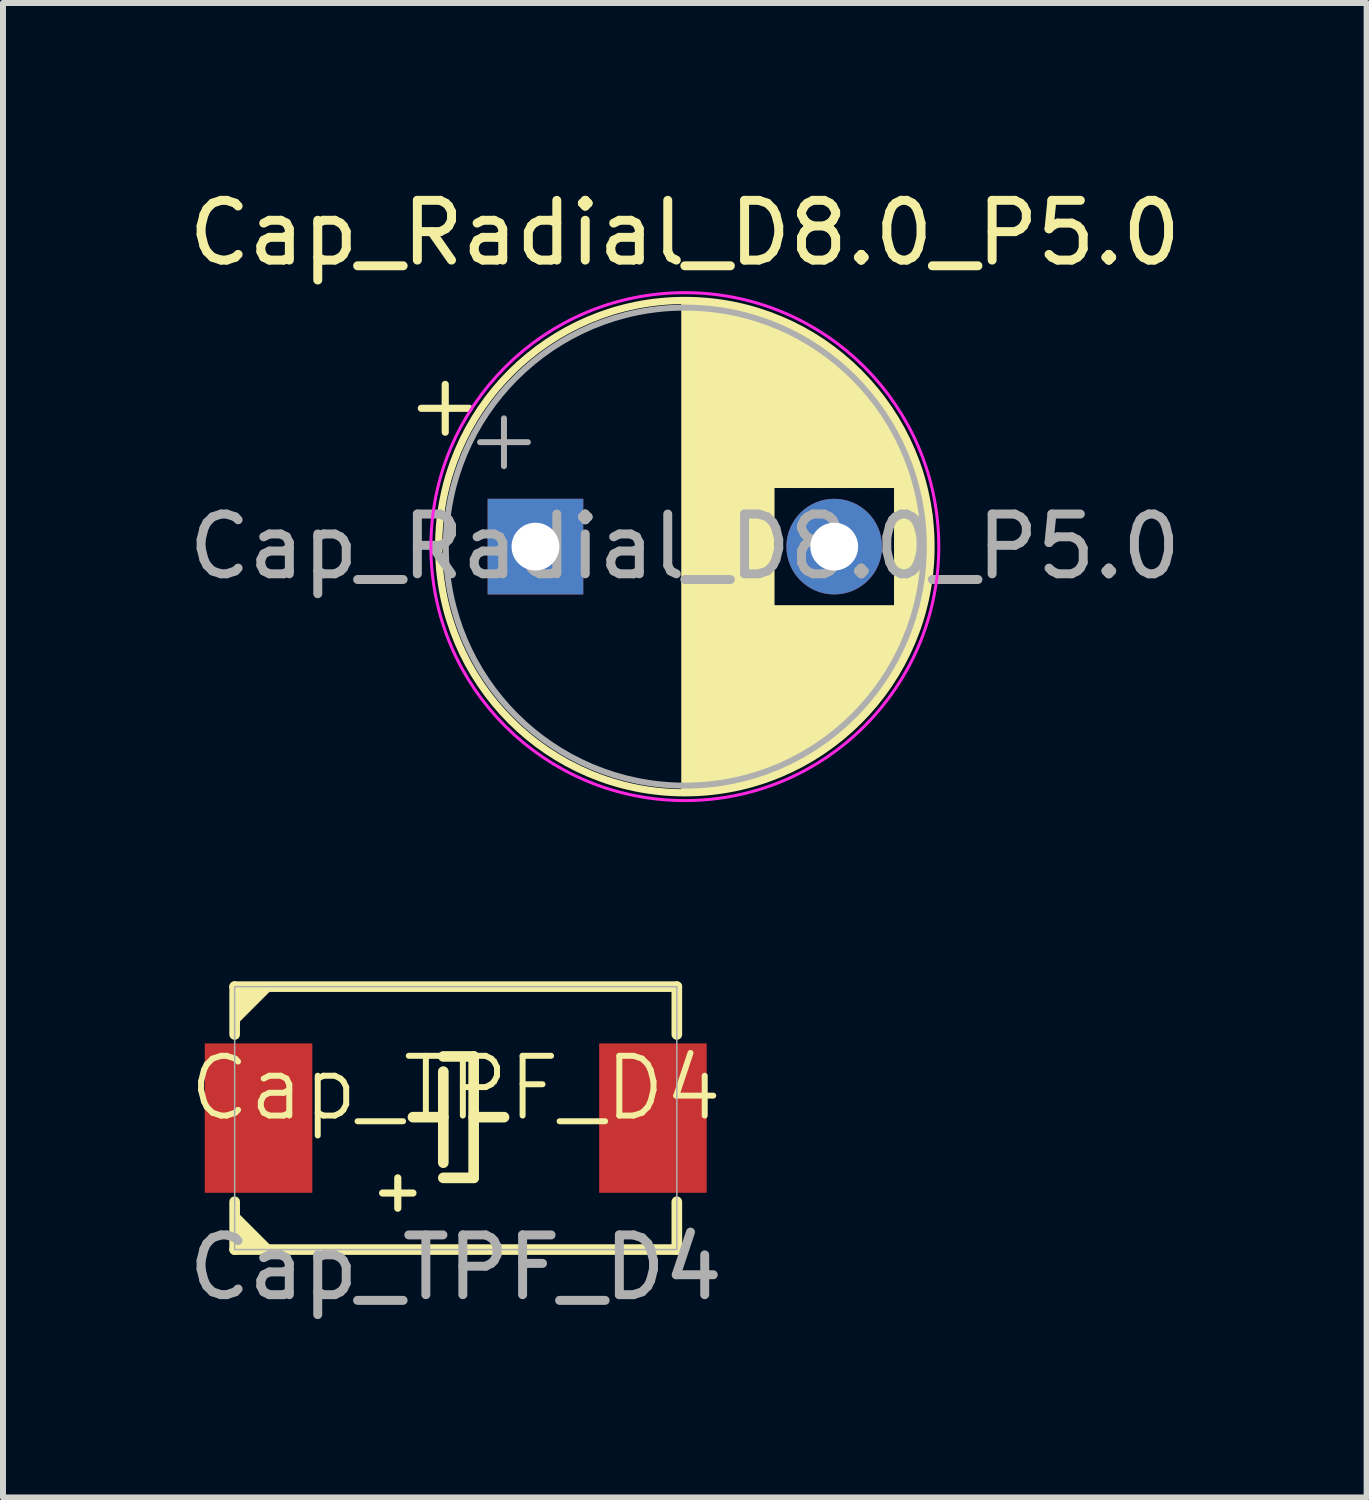
<source format=kicad_pcb>
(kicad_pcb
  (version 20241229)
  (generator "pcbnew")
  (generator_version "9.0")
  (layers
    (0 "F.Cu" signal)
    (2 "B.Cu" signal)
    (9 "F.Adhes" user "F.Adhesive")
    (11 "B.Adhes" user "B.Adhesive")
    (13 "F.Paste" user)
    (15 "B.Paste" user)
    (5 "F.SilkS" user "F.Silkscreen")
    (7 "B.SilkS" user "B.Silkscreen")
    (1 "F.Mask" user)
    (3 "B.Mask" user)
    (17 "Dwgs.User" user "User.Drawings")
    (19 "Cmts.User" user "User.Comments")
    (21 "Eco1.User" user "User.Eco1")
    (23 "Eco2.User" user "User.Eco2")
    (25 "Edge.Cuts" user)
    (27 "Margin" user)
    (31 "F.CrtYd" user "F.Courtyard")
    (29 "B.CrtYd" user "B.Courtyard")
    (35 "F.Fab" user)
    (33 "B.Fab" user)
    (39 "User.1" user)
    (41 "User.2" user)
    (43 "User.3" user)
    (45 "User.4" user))
  (footprint "Cap_TPF_D4"
    (layer "F.Cu")
    (at 4.577 15.662)
    (property "Reference" "Cap_TPF_D4" (at 0 -0.5 0) (unlocked yes) (layer "F.SilkS") (effects (font (size 1 1) (thickness 0.1))))
    (attr smd)
    (fp_line (start -3.7 -2.2) (end 3.7 -2.2) (stroke (width 0.178) (type default)) (layer "F.SilkS"))
    (fp_line (start -3.7 -1.4) (end -3.7 -2.2) (stroke (width 0.178) (type default)) (layer "F.SilkS"))
    (fp_line (start -3.7 1.4) (end -3.7 2.2) (stroke (width 0.178) (type default)) (layer "F.SilkS"))
    (fp_line (start -3.7 2.2) (end 3.7 2.2) (stroke (width 0.178) (type default)) (layer "F.SilkS"))
    (fp_line (start -1.224 1.254) (end -0.716 1.254) (stroke (width 0.12) (type solid)) (layer "F.SilkS"))
    (fp_line (start -0.97 1) (end -0.97 1.508) (stroke (width 0.12) (type solid)) (layer "F.SilkS"))
    (fp_line (start -0.716 -0.016) (end -0.208 -0.016) (stroke (width 0.178) (type solid)) (layer "F.SilkS"))
    (fp_line (start -0.208 -1.032) (end 0.3 -1.032) (stroke (width 0.178) (type solid)) (layer "F.SilkS"))
    (fp_line (start -0.208 -0.778) (end -0.208 0.746) (stroke (width 0.178) (type solid)) (layer "F.SilkS"))
    (fp_line (start 0.3 -1.032) (end 0.3 1) (stroke (width 0.178) (type solid)) (layer "F.SilkS"))
    (fp_line (start 0.3 1) (end -0.208 1) (stroke (width 0.178) (type solid)) (layer "F.SilkS"))
    (fp_line (start 0.808 -0.016) (end 0.3 -0.016) (stroke (width 0.178) (type solid)) (layer "F.SilkS"))
    (fp_line (start 3.7 -2.2) (end 3.7 -1.4) (stroke (width 0.178) (type default)) (layer "F.SilkS"))
    (fp_line (start 3.7 2.2) (end 3.7 1.4) (stroke (width 0.178) (type default)) (layer "F.SilkS"))
    (fp_poly (pts (xy -3.7 -2.2) (xy -3.7 -1.6) (xy -3.1 -2.2)) (stroke (width 0.1) (type solid)) (fill yes) (layer "F.SilkS"))
    (fp_poly (pts (xy -3.7 1.6) (xy -3.7 2.2) (xy -3.1 2.2)) (stroke (width 0.1) (type solid)) (fill yes) (layer "F.SilkS"))
    (fp_rect (start -3.7 -2.2) (end 3.7 2.2) (stroke (width 0.025) (type default)) (fill no) (layer "F.Fab"))
    (fp_text user "${REFERENCE}" (at 0 2.5 0) (unlocked yes) (layer "F.Fab") (effects (font (size 1 1) (thickness 0.15))))
    (pad "N" smd rect (at 3.3 0) (size 1.8 2.5) (layers "F.Cu" "F.Mask" "F.Paste"))
    (pad "P" smd rect (at -3.3 0) (size 1.8 2.5) (layers "F.Cu" "F.Mask" "F.Paste")))
  (footprint "Cap_Radial_D8.0_P5.0"
    (layer "F.Cu")
    (at 5.911 6.098)
    (property "Reference" "Cap_Radial_D8.0_P5.0" (at 2.5 -5.25 0) (layer "F.SilkS") (effects (font (size 1 1) (thickness 0.15))))
    (attr through_hole)
    (fp_line (start -1.91 -2.315) (end -1.11 -2.315) (stroke (width 0.12) (type solid)) (layer "F.SilkS"))
    (fp_line (start -1.51 -2.715) (end -1.51 -1.915) (stroke (width 0.12) (type solid)) (layer "F.SilkS"))
    (fp_line (start 2.5 -4.08) (end 2.5 4.08) (stroke (width 0.12) (type solid)) (layer "F.SilkS"))
    (fp_line (start 2.54 -4.08) (end 2.54 4.08) (stroke (width 0.12) (type solid)) (layer "F.SilkS"))
    (fp_line (start 2.58 -4.08) (end 2.58 4.08) (stroke (width 0.12) (type solid)) (layer "F.SilkS"))
    (fp_line (start 2.62 -4.079) (end 2.62 4.079) (stroke (width 0.12) (type solid)) (layer "F.SilkS"))
    (fp_line (start 2.66 -4.077) (end 2.66 4.077) (stroke (width 0.12) (type solid)) (layer "F.SilkS"))
    (fp_line (start 2.7 -4.076) (end 2.7 4.076) (stroke (width 0.12) (type solid)) (layer "F.SilkS"))
    (fp_line (start 2.74 -4.074) (end 2.74 4.074) (stroke (width 0.12) (type solid)) (layer "F.SilkS"))
    (fp_line (start 2.78 -4.071) (end 2.78 4.071) (stroke (width 0.12) (type solid)) (layer "F.SilkS"))
    (fp_line (start 2.82 -4.068) (end 2.82 4.068) (stroke (width 0.12) (type solid)) (layer "F.SilkS"))
    (fp_line (start 2.86 -4.065) (end 2.86 4.065) (stroke (width 0.12) (type solid)) (layer "F.SilkS"))
    (fp_line (start 2.9 -4.061) (end 2.9 4.061) (stroke (width 0.12) (type solid)) (layer "F.SilkS"))
    (fp_line (start 2.94 -4.057) (end 2.94 4.057) (stroke (width 0.12) (type solid)) (layer "F.SilkS"))
    (fp_line (start 2.98 -4.052) (end 2.98 4.052) (stroke (width 0.12) (type solid)) (layer "F.SilkS"))
    (fp_line (start 3.02 -4.048) (end 3.02 4.048) (stroke (width 0.12) (type solid)) (layer "F.SilkS"))
    (fp_line (start 3.06 -4.042) (end 3.06 4.042) (stroke (width 0.12) (type solid)) (layer "F.SilkS"))
    (fp_line (start 3.1 -4.037) (end 3.1 4.037) (stroke (width 0.12) (type solid)) (layer "F.SilkS"))
    (fp_line (start 3.14 -4.03) (end 3.14 4.03) (stroke (width 0.12) (type solid)) (layer "F.SilkS"))
    (fp_line (start 3.18 -4.024) (end 3.18 4.024) (stroke (width 0.12) (type solid)) (layer "F.SilkS"))
    (fp_line (start 3.221 -4.017) (end 3.221 4.017) (stroke (width 0.12) (type solid)) (layer "F.SilkS"))
    (fp_line (start 3.261 -4.01) (end 3.261 4.01) (stroke (width 0.12) (type solid)) (layer "F.SilkS"))
    (fp_line (start 3.301 -4.002) (end 3.301 4.002) (stroke (width 0.12) (type solid)) (layer "F.SilkS"))
    (fp_line (start 3.341 -3.994) (end 3.341 3.994) (stroke (width 0.12) (type solid)) (layer "F.SilkS"))
    (fp_line (start 3.381 -3.985) (end 3.381 3.985) (stroke (width 0.12) (type solid)) (layer "F.SilkS"))
    (fp_line (start 3.421 -3.976) (end 3.421 3.976) (stroke (width 0.12) (type solid)) (layer "F.SilkS"))
    (fp_line (start 3.461 -3.967) (end 3.461 3.967) (stroke (width 0.12) (type solid)) (layer "F.SilkS"))
    (fp_line (start 3.501 -3.957) (end 3.501 3.957) (stroke (width 0.12) (type solid)) (layer "F.SilkS"))
    (fp_line (start 3.541 -3.947) (end 3.541 3.947) (stroke (width 0.12) (type solid)) (layer "F.SilkS"))
    (fp_line (start 3.581 -3.936) (end 3.581 3.936) (stroke (width 0.12) (type solid)) (layer "F.SilkS"))
    (fp_line (start 3.621 -3.925) (end 3.621 3.925) (stroke (width 0.12) (type solid)) (layer "F.SilkS"))
    (fp_line (start 3.661 -3.914) (end 3.661 3.914) (stroke (width 0.12) (type solid)) (layer "F.SilkS"))
    (fp_line (start 3.701 -3.902) (end 3.701 3.902) (stroke (width 0.12) (type solid)) (layer "F.SilkS"))
    (fp_line (start 3.741 -3.889) (end 3.741 3.889) (stroke (width 0.12) (type solid)) (layer "F.SilkS"))
    (fp_line (start 3.781 -3.877) (end 3.781 3.877) (stroke (width 0.12) (type solid)) (layer "F.SilkS"))
    (fp_line (start 3.821 -3.863) (end 3.821 3.863) (stroke (width 0.12) (type solid)) (layer "F.SilkS"))
    (fp_line (start 3.861 -3.85) (end 3.861 3.85) (stroke (width 0.12) (type solid)) (layer "F.SilkS"))
    (fp_line (start 3.901 -3.835) (end 3.901 3.835) (stroke (width 0.12) (type solid)) (layer "F.SilkS"))
    (fp_line (start 3.941 -3.821) (end 3.941 3.821) (stroke (width 0.12) (type solid)) (layer "F.SilkS"))
    (fp_line (start 3.981 -3.805) (end 3.981 -1.04) (stroke (width 0.12) (type solid)) (layer "F.SilkS"))
    (fp_line (start 3.981 1.04) (end 3.981 3.805) (stroke (width 0.12) (type solid)) (layer "F.SilkS"))
    (fp_line (start 4.021 -3.79) (end 4.021 -1.04) (stroke (width 0.12) (type solid)) (layer "F.SilkS"))
    (fp_line (start 4.021 1.04) (end 4.021 3.79) (stroke (width 0.12) (type solid)) (layer "F.SilkS"))
    (fp_line (start 4.061 -3.774) (end 4.061 -1.04) (stroke (width 0.12) (type solid)) (layer "F.SilkS"))
    (fp_line (start 4.061 1.04) (end 4.061 3.774) (stroke (width 0.12) (type solid)) (layer "F.SilkS"))
    (fp_line (start 4.101 -3.757) (end 4.101 -1.04) (stroke (width 0.12) (type solid)) (layer "F.SilkS"))
    (fp_line (start 4.101 1.04) (end 4.101 3.757) (stroke (width 0.12) (type solid)) (layer "F.SilkS"))
    (fp_line (start 4.141 -3.74) (end 4.141 -1.04) (stroke (width 0.12) (type solid)) (layer "F.SilkS"))
    (fp_line (start 4.141 1.04) (end 4.141 3.74) (stroke (width 0.12) (type solid)) (layer "F.SilkS"))
    (fp_line (start 4.181 -3.722) (end 4.181 -1.04) (stroke (width 0.12) (type solid)) (layer "F.SilkS"))
    (fp_line (start 4.181 1.04) (end 4.181 3.722) (stroke (width 0.12) (type solid)) (layer "F.SilkS"))
    (fp_line (start 4.221 -3.704) (end 4.221 -1.04) (stroke (width 0.12) (type solid)) (layer "F.SilkS"))
    (fp_line (start 4.221 1.04) (end 4.221 3.704) (stroke (width 0.12) (type solid)) (layer "F.SilkS"))
    (fp_line (start 4.261 -3.686) (end 4.261 -1.04) (stroke (width 0.12) (type solid)) (layer "F.SilkS"))
    (fp_line (start 4.261 1.04) (end 4.261 3.686) (stroke (width 0.12) (type solid)) (layer "F.SilkS"))
    (fp_line (start 4.301 -3.666) (end 4.301 -1.04) (stroke (width 0.12) (type solid)) (layer "F.SilkS"))
    (fp_line (start 4.301 1.04) (end 4.301 3.666) (stroke (width 0.12) (type solid)) (layer "F.SilkS"))
    (fp_line (start 4.341 -3.647) (end 4.341 -1.04) (stroke (width 0.12) (type solid)) (layer "F.SilkS"))
    (fp_line (start 4.341 1.04) (end 4.341 3.647) (stroke (width 0.12) (type solid)) (layer "F.SilkS"))
    (fp_line (start 4.381 -3.627) (end 4.381 -1.04) (stroke (width 0.12) (type solid)) (layer "F.SilkS"))
    (fp_line (start 4.381 1.04) (end 4.381 3.627) (stroke (width 0.12) (type solid)) (layer "F.SilkS"))
    (fp_line (start 4.421 -3.606) (end 4.421 -1.04) (stroke (width 0.12) (type solid)) (layer "F.SilkS"))
    (fp_line (start 4.421 1.04) (end 4.421 3.606) (stroke (width 0.12) (type solid)) (layer "F.SilkS"))
    (fp_line (start 4.461 -3.584) (end 4.461 -1.04) (stroke (width 0.12) (type solid)) (layer "F.SilkS"))
    (fp_line (start 4.461 1.04) (end 4.461 3.584) (stroke (width 0.12) (type solid)) (layer "F.SilkS"))
    (fp_line (start 4.501 -3.562) (end 4.501 -1.04) (stroke (width 0.12) (type solid)) (layer "F.SilkS"))
    (fp_line (start 4.501 1.04) (end 4.501 3.562) (stroke (width 0.12) (type solid)) (layer "F.SilkS"))
    (fp_line (start 4.541 -3.54) (end 4.541 -1.04) (stroke (width 0.12) (type solid)) (layer "F.SilkS"))
    (fp_line (start 4.541 1.04) (end 4.541 3.54) (stroke (width 0.12) (type solid)) (layer "F.SilkS"))
    (fp_line (start 4.581 -3.517) (end 4.581 -1.04) (stroke (width 0.12) (type solid)) (layer "F.SilkS"))
    (fp_line (start 4.581 1.04) (end 4.581 3.517) (stroke (width 0.12) (type solid)) (layer "F.SilkS"))
    (fp_line (start 4.621 -3.493) (end 4.621 -1.04) (stroke (width 0.12) (type solid)) (layer "F.SilkS"))
    (fp_line (start 4.621 1.04) (end 4.621 3.493) (stroke (width 0.12) (type solid)) (layer "F.SilkS"))
    (fp_line (start 4.661 -3.469) (end 4.661 -1.04) (stroke (width 0.12) (type solid)) (layer "F.SilkS"))
    (fp_line (start 4.661 1.04) (end 4.661 3.469) (stroke (width 0.12) (type solid)) (layer "F.SilkS"))
    (fp_line (start 4.701 -3.444) (end 4.701 -1.04) (stroke (width 0.12) (type solid)) (layer "F.SilkS"))
    (fp_line (start 4.701 1.04) (end 4.701 3.444) (stroke (width 0.12) (type solid)) (layer "F.SilkS"))
    (fp_line (start 4.741 -3.418) (end 4.741 -1.04) (stroke (width 0.12) (type solid)) (layer "F.SilkS"))
    (fp_line (start 4.741 1.04) (end 4.741 3.418) (stroke (width 0.12) (type solid)) (layer "F.SilkS"))
    (fp_line (start 4.781 -3.392) (end 4.781 -1.04) (stroke (width 0.12) (type solid)) (layer "F.SilkS"))
    (fp_line (start 4.781 1.04) (end 4.781 3.392) (stroke (width 0.12) (type solid)) (layer "F.SilkS"))
    (fp_line (start 4.821 -3.365) (end 4.821 -1.04) (stroke (width 0.12) (type solid)) (layer "F.SilkS"))
    (fp_line (start 4.821 1.04) (end 4.821 3.365) (stroke (width 0.12) (type solid)) (layer "F.SilkS"))
    (fp_line (start 4.861 -3.338) (end 4.861 -1.04) (stroke (width 0.12) (type solid)) (layer "F.SilkS"))
    (fp_line (start 4.861 1.04) (end 4.861 3.338) (stroke (width 0.12) (type solid)) (layer "F.SilkS"))
    (fp_line (start 4.901 -3.309) (end 4.901 -1.04) (stroke (width 0.12) (type solid)) (layer "F.SilkS"))
    (fp_line (start 4.901 1.04) (end 4.901 3.309) (stroke (width 0.12) (type solid)) (layer "F.SilkS"))
    (fp_line (start 4.941 -3.28) (end 4.941 -1.04) (stroke (width 0.12) (type solid)) (layer "F.SilkS"))
    (fp_line (start 4.941 1.04) (end 4.941 3.28) (stroke (width 0.12) (type solid)) (layer "F.SilkS"))
    (fp_line (start 4.981 -3.25) (end 4.981 -1.04) (stroke (width 0.12) (type solid)) (layer "F.SilkS"))
    (fp_line (start 4.981 1.04) (end 4.981 3.25) (stroke (width 0.12) (type solid)) (layer "F.SilkS"))
    (fp_line (start 5.021 -3.22) (end 5.021 -1.04) (stroke (width 0.12) (type solid)) (layer "F.SilkS"))
    (fp_line (start 5.021 1.04) (end 5.021 3.22) (stroke (width 0.12) (type solid)) (layer "F.SilkS"))
    (fp_line (start 5.061 -3.189) (end 5.061 -1.04) (stroke (width 0.12) (type solid)) (layer "F.SilkS"))
    (fp_line (start 5.061 1.04) (end 5.061 3.189) (stroke (width 0.12) (type solid)) (layer "F.SilkS"))
    (fp_line (start 5.101 -3.156) (end 5.101 -1.04) (stroke (width 0.12) (type solid)) (layer "F.SilkS"))
    (fp_line (start 5.101 1.04) (end 5.101 3.156) (stroke (width 0.12) (type solid)) (layer "F.SilkS"))
    (fp_line (start 5.141 -3.124) (end 5.141 -1.04) (stroke (width 0.12) (type solid)) (layer "F.SilkS"))
    (fp_line (start 5.141 1.04) (end 5.141 3.124) (stroke (width 0.12) (type solid)) (layer "F.SilkS"))
    (fp_line (start 5.181 -3.09) (end 5.181 -1.04) (stroke (width 0.12) (type solid)) (layer "F.SilkS"))
    (fp_line (start 5.181 1.04) (end 5.181 3.09) (stroke (width 0.12) (type solid)) (layer "F.SilkS"))
    (fp_line (start 5.221 -3.055) (end 5.221 -1.04) (stroke (width 0.12) (type solid)) (layer "F.SilkS"))
    (fp_line (start 5.221 1.04) (end 5.221 3.055) (stroke (width 0.12) (type solid)) (layer "F.SilkS"))
    (fp_line (start 5.261 -3.019) (end 5.261 -1.04) (stroke (width 0.12) (type solid)) (layer "F.SilkS"))
    (fp_line (start 5.261 1.04) (end 5.261 3.019) (stroke (width 0.12) (type solid)) (layer "F.SilkS"))
    (fp_line (start 5.301 -2.983) (end 5.301 -1.04) (stroke (width 0.12) (type solid)) (layer "F.SilkS"))
    (fp_line (start 5.301 1.04) (end 5.301 2.983) (stroke (width 0.12) (type solid)) (layer "F.SilkS"))
    (fp_line (start 5.341 -2.945) (end 5.341 -1.04) (stroke (width 0.12) (type solid)) (layer "F.SilkS"))
    (fp_line (start 5.341 1.04) (end 5.341 2.945) (stroke (width 0.12) (type solid)) (layer "F.SilkS"))
    (fp_line (start 5.381 -2.907) (end 5.381 -1.04) (stroke (width 0.12) (type solid)) (layer "F.SilkS"))
    (fp_line (start 5.381 1.04) (end 5.381 2.907) (stroke (width 0.12) (type solid)) (layer "F.SilkS"))
    (fp_line (start 5.421 -2.867) (end 5.421 -1.04) (stroke (width 0.12) (type solid)) (layer "F.SilkS"))
    (fp_line (start 5.421 1.04) (end 5.421 2.867) (stroke (width 0.12) (type solid)) (layer "F.SilkS"))
    (fp_line (start 5.461 -2.826) (end 5.461 -1.04) (stroke (width 0.12) (type solid)) (layer "F.SilkS"))
    (fp_line (start 5.461 1.04) (end 5.461 2.826) (stroke (width 0.12) (type solid)) (layer "F.SilkS"))
    (fp_line (start 5.501 -2.784) (end 5.501 -1.04) (stroke (width 0.12) (type solid)) (layer "F.SilkS"))
    (fp_line (start 5.501 1.04) (end 5.501 2.784) (stroke (width 0.12) (type solid)) (layer "F.SilkS"))
    (fp_line (start 5.541 -2.741) (end 5.541 -1.04) (stroke (width 0.12) (type solid)) (layer "F.SilkS"))
    (fp_line (start 5.541 1.04) (end 5.541 2.741) (stroke (width 0.12) (type solid)) (layer "F.SilkS"))
    (fp_line (start 5.581 -2.697) (end 5.581 -1.04) (stroke (width 0.12) (type solid)) (layer "F.SilkS"))
    (fp_line (start 5.581 1.04) (end 5.581 2.697) (stroke (width 0.12) (type solid)) (layer "F.SilkS"))
    (fp_line (start 5.621 -2.651) (end 5.621 -1.04) (stroke (width 0.12) (type solid)) (layer "F.SilkS"))
    (fp_line (start 5.621 1.04) (end 5.621 2.651) (stroke (width 0.12) (type solid)) (layer "F.SilkS"))
    (fp_line (start 5.661 -2.604) (end 5.661 -1.04) (stroke (width 0.12) (type solid)) (layer "F.SilkS"))
    (fp_line (start 5.661 1.04) (end 5.661 2.604) (stroke (width 0.12) (type solid)) (layer "F.SilkS"))
    (fp_line (start 5.701 -2.556) (end 5.701 -1.04) (stroke (width 0.12) (type solid)) (layer "F.SilkS"))
    (fp_line (start 5.701 1.04) (end 5.701 2.556) (stroke (width 0.12) (type solid)) (layer "F.SilkS"))
    (fp_line (start 5.741 -2.505) (end 5.741 -1.04) (stroke (width 0.12) (type solid)) (layer "F.SilkS"))
    (fp_line (start 5.741 1.04) (end 5.741 2.505) (stroke (width 0.12) (type solid)) (layer "F.SilkS"))
    (fp_line (start 5.781 -2.454) (end 5.781 -1.04) (stroke (width 0.12) (type solid)) (layer "F.SilkS"))
    (fp_line (start 5.781 1.04) (end 5.781 2.454) (stroke (width 0.12) (type solid)) (layer "F.SilkS"))
    (fp_line (start 5.821 -2.4) (end 5.821 -1.04) (stroke (width 0.12) (type solid)) (layer "F.SilkS"))
    (fp_line (start 5.821 1.04) (end 5.821 2.4) (stroke (width 0.12) (type solid)) (layer "F.SilkS"))
    (fp_line (start 5.861 -2.345) (end 5.861 -1.04) (stroke (width 0.12) (type solid)) (layer "F.SilkS"))
    (fp_line (start 5.861 1.04) (end 5.861 2.345) (stroke (width 0.12) (type solid)) (layer "F.SilkS"))
    (fp_line (start 5.901 -2.287) (end 5.901 -1.04) (stroke (width 0.12) (type solid)) (layer "F.SilkS"))
    (fp_line (start 5.901 1.04) (end 5.901 2.287) (stroke (width 0.12) (type solid)) (layer "F.SilkS"))
    (fp_line (start 5.941 -2.228) (end 5.941 -1.04) (stroke (width 0.12) (type solid)) (layer "F.SilkS"))
    (fp_line (start 5.941 1.04) (end 5.941 2.228) (stroke (width 0.12) (type solid)) (layer "F.SilkS"))
    (fp_line (start 5.981 -2.166) (end 5.981 -1.04) (stroke (width 0.12) (type solid)) (layer "F.SilkS"))
    (fp_line (start 5.981 1.04) (end 5.981 2.166) (stroke (width 0.12) (type solid)) (layer "F.SilkS"))
    (fp_line (start 6.021 -2.102) (end 6.021 -1.04) (stroke (width 0.12) (type solid)) (layer "F.SilkS"))
    (fp_line (start 6.021 1.04) (end 6.021 2.102) (stroke (width 0.12) (type solid)) (layer "F.SilkS"))
    (fp_line (start 6.061 -2.034) (end 6.061 2.034) (stroke (width 0.12) (type solid)) (layer "F.SilkS"))
    (fp_line (start 6.101 -1.964) (end 6.101 1.964) (stroke (width 0.12) (type solid)) (layer "F.SilkS"))
    (fp_line (start 6.141 -1.89) (end 6.141 1.89) (stroke (width 0.12) (type solid)) (layer "F.SilkS"))
    (fp_line (start 6.181 -1.813) (end 6.181 1.813) (stroke (width 0.12) (type solid)) (layer "F.SilkS"))
    (fp_line (start 6.221 -1.731) (end 6.221 1.731) (stroke (width 0.12) (type solid)) (layer "F.SilkS"))
    (fp_line (start 6.261 -1.645) (end 6.261 1.645) (stroke (width 0.12) (type solid)) (layer "F.SilkS"))
    (fp_line (start 6.301 -1.552) (end 6.301 1.552) (stroke (width 0.12) (type solid)) (layer "F.SilkS"))
    (fp_line (start 6.341 -1.453) (end 6.341 1.453) (stroke (width 0.12) (type solid)) (layer "F.SilkS"))
    (fp_line (start 6.381 -1.346) (end 6.381 1.346) (stroke (width 0.12) (type solid)) (layer "F.SilkS"))
    (fp_line (start 6.421 -1.229) (end 6.421 1.229) (stroke (width 0.12) (type solid)) (layer "F.SilkS"))
    (fp_line (start 6.461 -1.098) (end 6.461 1.098) (stroke (width 0.12) (type solid)) (layer "F.SilkS"))
    (fp_line (start 6.501 -0.948) (end 6.501 0.948) (stroke (width 0.12) (type solid)) (layer "F.SilkS"))
    (fp_line (start 6.541 -0.768) (end 6.541 0.768) (stroke (width 0.12) (type solid)) (layer "F.SilkS"))
    (fp_line (start 6.581 -0.533) (end 6.581 0.533) (stroke (width 0.12) (type solid)) (layer "F.SilkS"))
    (fp_circle (center 2.5 0) (end 6.62 0) (stroke (width 0.12) (type solid)) (fill no) (layer "F.SilkS"))
    (fp_circle (center 2.5 0) (end 6.75 0) (stroke (width 0.05) (type solid)) (fill no) (layer "F.CrtYd"))
    (fp_line (start -0.927 -1.748) (end -0.127 -1.748) (stroke (width 0.1) (type solid)) (layer "F.Fab"))
    (fp_line (start -0.527 -2.147) (end -0.527 -1.347) (stroke (width 0.1) (type solid)) (layer "F.Fab"))
    (fp_circle (center 2.5 0) (end 6.5 0) (stroke (width 0.1) (type solid)) (fill no) (layer "F.Fab"))
    (fp_text user "${REFERENCE}" (at 2.5 0 0) (layer "F.Fab") (effects (font (size 1 1) (thickness 0.15))))
    (pad "N" thru_hole circle (at 5 0) (size 1.6 1.6) (drill 0.8) (layers "*.Cu" "*.Mask"))
    (pad "P" thru_hole rect (at 0 0) (size 1.6 1.6) (drill 0.8) (layers "*.Cu" "*.Mask")))
  (gr_rect
    (start -3 -3)
    (end 19.821 22.01)
    (stroke (width 0.1) (type default))
    (fill no)
    (layer "Edge.Cuts")))
</source>
